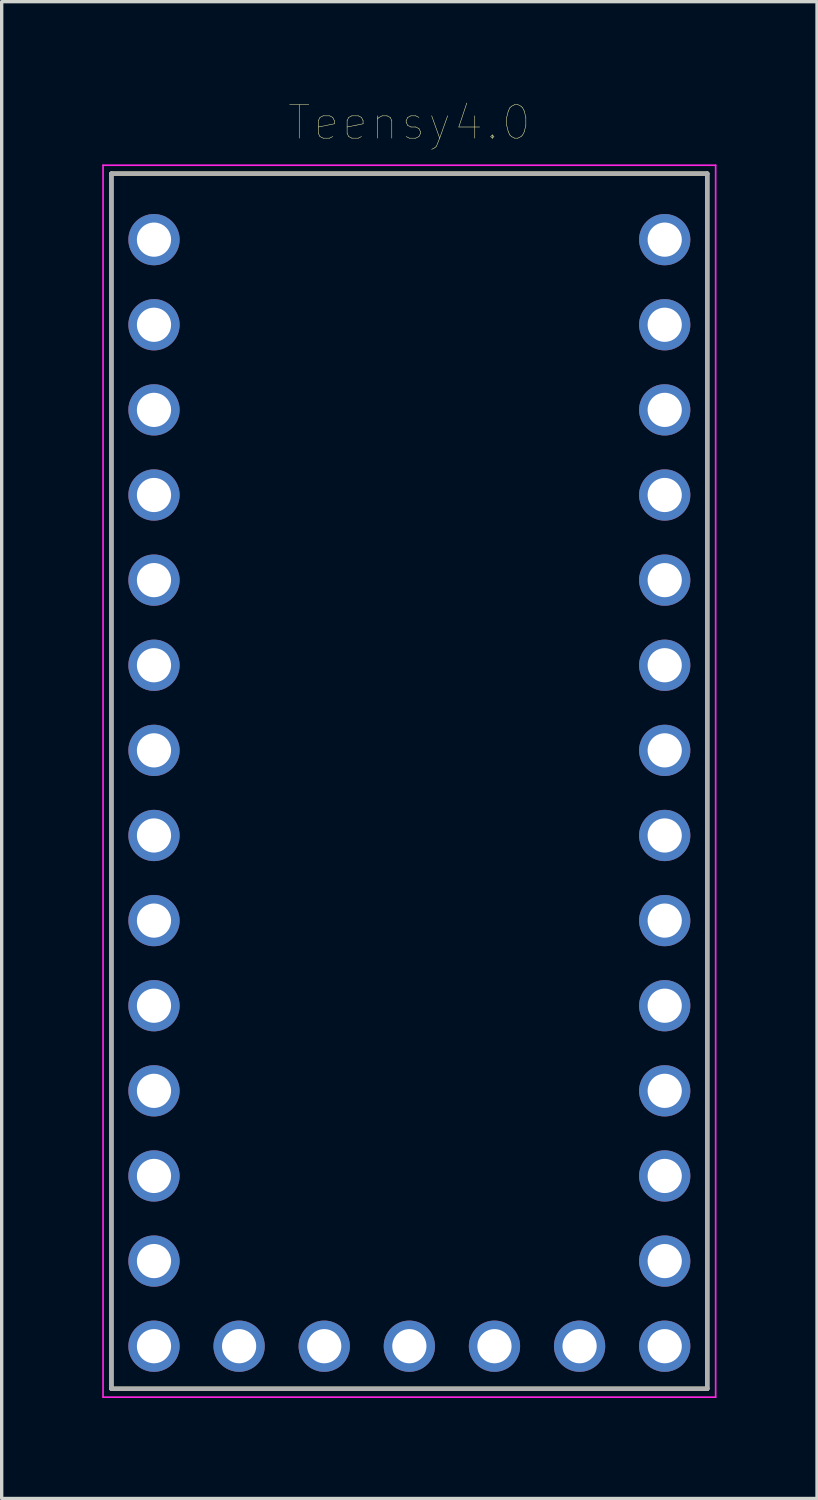
<source format=kicad_pcb>
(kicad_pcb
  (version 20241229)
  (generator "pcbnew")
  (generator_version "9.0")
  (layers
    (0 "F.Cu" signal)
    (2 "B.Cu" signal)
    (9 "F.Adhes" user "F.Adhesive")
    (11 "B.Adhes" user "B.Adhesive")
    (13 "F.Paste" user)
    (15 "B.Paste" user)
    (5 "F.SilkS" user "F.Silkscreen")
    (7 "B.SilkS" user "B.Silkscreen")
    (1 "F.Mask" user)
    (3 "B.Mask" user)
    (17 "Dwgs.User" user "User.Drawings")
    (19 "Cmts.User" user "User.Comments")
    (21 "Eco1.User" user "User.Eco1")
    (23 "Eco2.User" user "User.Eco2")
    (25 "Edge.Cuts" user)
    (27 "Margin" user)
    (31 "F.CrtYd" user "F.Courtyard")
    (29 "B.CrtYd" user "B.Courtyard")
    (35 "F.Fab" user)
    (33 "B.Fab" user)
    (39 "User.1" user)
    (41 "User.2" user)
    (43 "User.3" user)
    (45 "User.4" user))
  (footprint "Teensy4.0"
    (layer "F.Cu")
    (at 9.165 20.611)
    (property "Reference" "Teensy4.0" (at 0 -20 0) (layer "F.SilkS") (effects (font (size 1 1) (thickness 0.015))))
    (attr through_hole)
    (fp_line (start -8.89 -18.48) (end 8.89 -18.48) (stroke (width 0.127) (type solid)) (layer "F.SilkS"))
    (fp_line (start -8.89 17.78) (end -8.89 -18.48) (stroke (width 0.127) (type solid)) (layer "F.SilkS"))
    (fp_line (start 8.89 -18.48) (end 8.89 17.78) (stroke (width 0.127) (type solid)) (layer "F.SilkS"))
    (fp_line (start 8.89 17.78) (end -8.89 17.78) (stroke (width 0.127) (type solid)) (layer "F.SilkS"))
    (fp_line (start -9.14 -18.73) (end 9.14 -18.73) (stroke (width 0.05) (type solid)) (layer "F.CrtYd"))
    (fp_line (start -9.14 18.03) (end -9.14 -18.73) (stroke (width 0.05) (type solid)) (layer "F.CrtYd"))
    (fp_line (start 9.14 -18.73) (end 9.14 18.03) (stroke (width 0.05) (type solid)) (layer "F.CrtYd"))
    (fp_line (start 9.14 18.03) (end -9.14 18.03) (stroke (width 0.05) (type solid)) (layer "F.CrtYd"))
    (fp_line (start -8.89 -18.48) (end 8.89 -18.48) (stroke (width 0.127) (type solid)) (layer "F.Fab"))
    (fp_line (start -8.89 17.78) (end -8.89 -18.48) (stroke (width 0.127) (type solid)) (layer "F.Fab"))
    (fp_line (start 8.89 -18.48) (end 8.89 17.78) (stroke (width 0.127) (type solid)) (layer "F.Fab"))
    (fp_line (start 8.89 17.78) (end -8.89 17.78) (stroke (width 0.127) (type solid)) (layer "F.Fab"))
    (pad "0" thru_hole circle (at -7.62 -13.97) (size 1.53 1.53) (drill 1.02) (layers "*.Cu" "*.Mask"))
    (pad "1" thru_hole circle (at -7.62 -11.43) (size 1.53 1.53) (drill 1.02) (layers "*.Cu" "*.Mask"))
    (pad "2" thru_hole circle (at -7.62 -8.89) (size 1.53 1.53) (drill 1.02) (layers "*.Cu" "*.Mask"))
    (pad "3" thru_hole circle (at -7.62 -6.35) (size 1.53 1.53) (drill 1.02) (layers "*.Cu" "*.Mask"))
    (pad "3.3V_1" thru_hole circle (at -2.54 16.51) (size 1.53 1.53) (drill 1.02) (layers "*.Cu" "*.Mask"))
    (pad "3.3V_2" thru_hole circle (at 7.62 -11.43) (size 1.53 1.53) (drill 1.02) (layers "*.Cu" "*.Mask"))
    (pad "4" thru_hole circle (at -7.62 -3.81) (size 1.53 1.53) (drill 1.02) (layers "*.Cu" "*.Mask"))
    (pad "5" thru_hole circle (at -7.62 -1.27) (size 1.53 1.53) (drill 1.02) (layers "*.Cu" "*.Mask"))
    (pad "6" thru_hole circle (at -7.62 1.27) (size 1.53 1.53) (drill 1.02) (layers "*.Cu" "*.Mask"))
    (pad "7" thru_hole circle (at -7.62 3.81) (size 1.53 1.53) (drill 1.02) (layers "*.Cu" "*.Mask"))
    (pad "8" thru_hole circle (at -7.62 6.35) (size 1.53 1.53) (drill 1.02) (layers "*.Cu" "*.Mask"))
    (pad "9" thru_hole circle (at -7.62 8.89) (size 1.53 1.53) (drill 1.02) (layers "*.Cu" "*.Mask"))
    (pad "10" thru_hole circle (at -7.62 11.43) (size 1.53 1.53) (drill 1.02) (layers "*.Cu" "*.Mask"))
    (pad "11" thru_hole circle (at -7.62 13.97) (size 1.53 1.53) (drill 1.02) (layers "*.Cu" "*.Mask"))
    (pad "12" thru_hole circle (at -7.62 16.51) (size 1.53 1.53) (drill 1.02) (layers "*.Cu" "*.Mask"))
    (pad "13" thru_hole circle (at 7.62 16.51) (size 1.53 1.53) (drill 1.02) (layers "*.Cu" "*.Mask"))
    (pad "14" thru_hole circle (at 7.62 13.97) (size 1.53 1.53) (drill 1.02) (layers "*.Cu" "*.Mask"))
    (pad "15" thru_hole circle (at 7.62 11.43) (size 1.53 1.53) (drill 1.02) (layers "*.Cu" "*.Mask"))
    (pad "16" thru_hole circle (at 7.62 8.89) (size 1.53 1.53) (drill 1.02) (layers "*.Cu" "*.Mask"))
    (pad "17" thru_hole circle (at 7.62 6.35) (size 1.53 1.53) (drill 1.02) (layers "*.Cu" "*.Mask"))
    (pad "18" thru_hole circle (at 7.62 3.81) (size 1.53 1.53) (drill 1.02) (layers "*.Cu" "*.Mask"))
    (pad "19" thru_hole circle (at 7.62 1.27) (size 1.53 1.53) (drill 1.02) (layers "*.Cu" "*.Mask"))
    (pad "20" thru_hole circle (at 7.62 -1.27) (size 1.53 1.53) (drill 1.02) (layers "*.Cu" "*.Mask"))
    (pad "21" thru_hole circle (at 7.62 -3.81) (size 1.53 1.53) (drill 1.02) (layers "*.Cu" "*.Mask"))
    (pad "22" thru_hole circle (at 7.62 -6.35) (size 1.53 1.53) (drill 1.02) (layers "*.Cu" "*.Mask"))
    (pad "23" thru_hole circle (at 7.62 -8.89) (size 1.53 1.53) (drill 1.02) (layers "*.Cu" "*.Mask"))
    (pad "G1" thru_hole circle (at -7.62 -16.51) (size 1.53 1.53) (drill 1.02) (layers "*.Cu" "*.Mask"))
    (pad "G2" thru_hole circle (at 0 16.51) (size 1.53 1.53) (drill 1.02) (layers "*.Cu" "*.Mask"))
    (pad "G3" thru_hole circle (at 7.62 -13.97) (size 1.53 1.53) (drill 1.02) (layers "*.Cu" "*.Mask"))
    (pad "ONOFF" thru_hole circle (at 5.08 16.51) (size 1.53 1.53) (drill 1.02) (layers "*.Cu" "*.Mask"))
    (pad "PGM" thru_hole circle (at 2.54 16.51) (size 1.53 1.53) (drill 1.02) (layers "*.Cu" "*.Mask"))
    (pad "VBAT" thru_hole circle (at -5.08 16.51) (size 1.53 1.53) (drill 1.02) (layers "*.Cu" "*.Mask"))
    (pad "VIN" thru_hole circle (at 7.62 -16.51) (size 1.53 1.53) (drill 1.02) (layers "*.Cu" "*.Mask")))
  (gr_rect
    (start -3 -3)
    (end 21.33 41.666)
    (stroke (width 0.1) (type default))
    (fill no)
    (layer "Edge.Cuts")))
</source>
